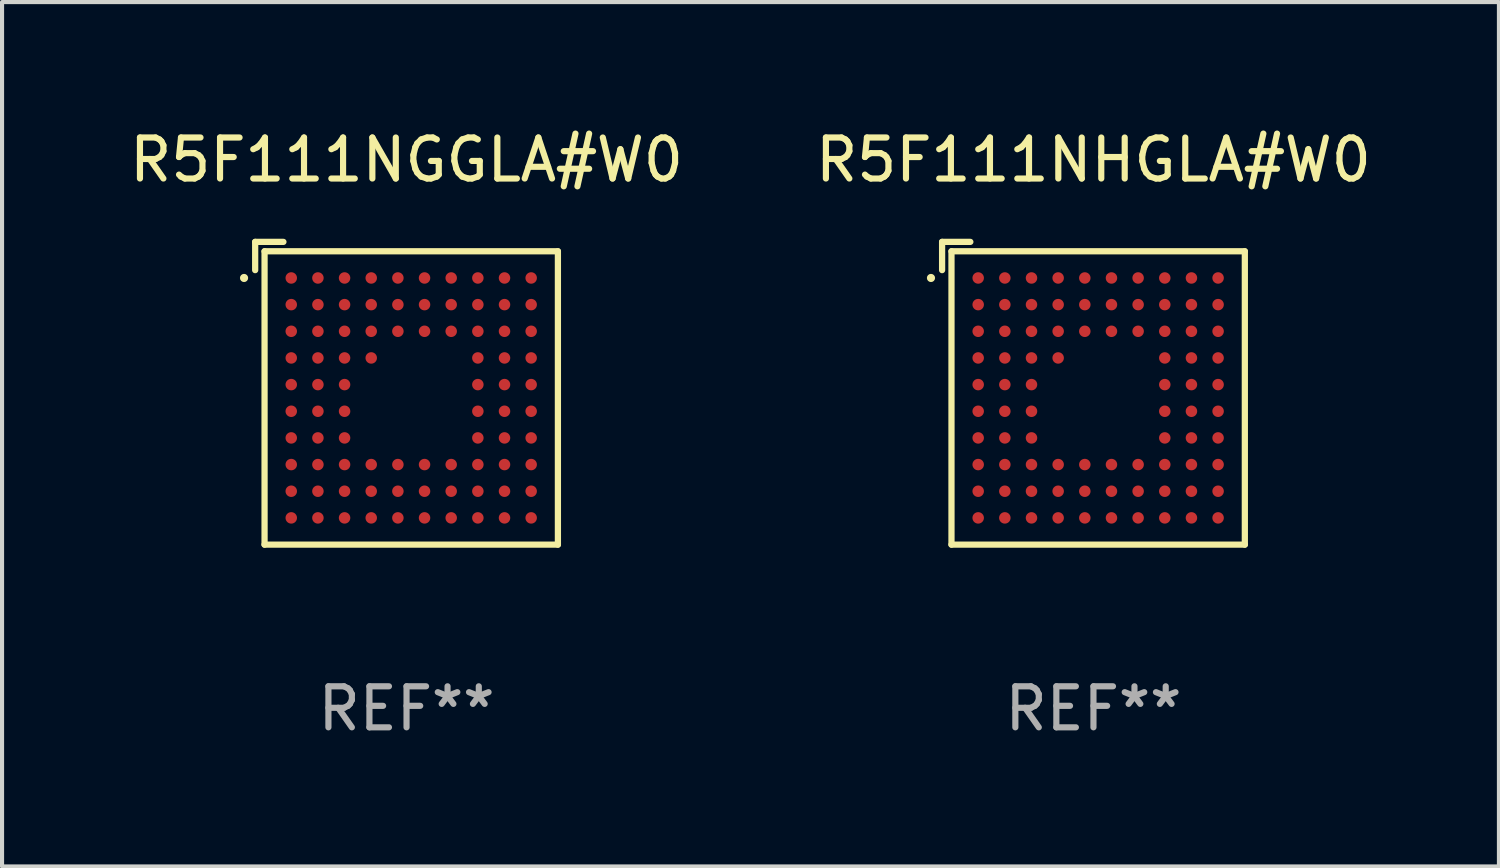
<source format=kicad_pcb>
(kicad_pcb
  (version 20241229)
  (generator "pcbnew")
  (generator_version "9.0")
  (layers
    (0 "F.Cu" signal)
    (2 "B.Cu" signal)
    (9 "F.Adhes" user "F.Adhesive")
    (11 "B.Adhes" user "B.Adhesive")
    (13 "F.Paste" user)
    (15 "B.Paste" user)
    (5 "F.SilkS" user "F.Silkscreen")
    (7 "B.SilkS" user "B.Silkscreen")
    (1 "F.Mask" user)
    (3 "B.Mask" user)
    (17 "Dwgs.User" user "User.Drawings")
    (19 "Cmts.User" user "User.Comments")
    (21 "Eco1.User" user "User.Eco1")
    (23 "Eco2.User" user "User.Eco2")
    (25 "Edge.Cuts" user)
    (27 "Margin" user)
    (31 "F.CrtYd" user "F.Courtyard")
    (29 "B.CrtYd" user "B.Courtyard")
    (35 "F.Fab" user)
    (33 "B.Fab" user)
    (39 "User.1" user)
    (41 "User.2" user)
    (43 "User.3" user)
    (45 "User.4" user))
  (footprint "R5F111NHGLA#W0"
    (layer "F.Cu")
    (at 23.613 6.539)
    (property "Reference" "R5F111NHGLA#W0" (at 0 -5.691 0) (layer "F.SilkS") (effects (font (size 1 1) (thickness 0.15))))
    (attr through_hole)
    (fp_line (start -3.691 -3.691) (end -3.002 -3.691) (stroke (width 0.152) (type solid)) (layer "F.SilkS"))
    (fp_line (start -3.691 -3.002) (end -3.691 -3.691) (stroke (width 0.152) (type solid)) (layer "F.SilkS"))
    (fp_line (start -3.462 -3.462) (end 3.691 -3.462) (stroke (width 0.152) (type solid)) (layer "F.SilkS"))
    (fp_line (start -3.462 3.691) (end -3.462 -3.462) (stroke (width 0.152) (type solid)) (layer "F.SilkS"))
    (fp_line (start 3.691 -3.462) (end 3.691 3.691) (stroke (width 0.152) (type solid)) (layer "F.SilkS"))
    (fp_line (start 3.691 3.691) (end -3.462 3.691) (stroke (width 0.152) (type solid)) (layer "F.SilkS"))
    (fp_circle (center -3.962 -2.811) (end -3.912 -2.811) (stroke (width 0.1) (type solid)) (fill no) (layer "F.SilkS"))
    (fp_text user "REF**" (at 0 7.691 0) (layer "F.Fab") (effects (font (size 1 1) (thickness 0.15))))
    (pad "A1" smd circle (at -2.811 -2.811) (size 0.28 0.28) (layers "F.Cu" "F.Mask" "F.Paste"))
    (pad "A2" smd circle (at -2.161 -2.811) (size 0.28 0.28) (layers "F.Cu" "F.Mask" "F.Paste"))
    (pad "A3" smd circle (at -1.511 -2.811) (size 0.28 0.28) (layers "F.Cu" "F.Mask" "F.Paste"))
    (pad "A4" smd circle (at -0.861 -2.811) (size 0.28 0.28) (layers "F.Cu" "F.Mask" "F.Paste"))
    (pad "A5" smd circle (at -0.211 -2.811) (size 0.28 0.28) (layers "F.Cu" "F.Mask" "F.Paste"))
    (pad "A6" smd circle (at 0.439 -2.811) (size 0.28 0.28) (layers "F.Cu" "F.Mask" "F.Paste"))
    (pad "A7" smd circle (at 1.089 -2.811) (size 0.28 0.28) (layers "F.Cu" "F.Mask" "F.Paste"))
    (pad "A8" smd circle (at 1.739 -2.811) (size 0.28 0.28) (layers "F.Cu" "F.Mask" "F.Paste"))
    (pad "A9" smd circle (at 2.389 -2.811) (size 0.28 0.28) (layers "F.Cu" "F.Mask" "F.Paste"))
    (pad "A10" smd circle (at 3.039 -2.811) (size 0.28 0.28) (layers "F.Cu" "F.Mask" "F.Paste"))
    (pad "B1" smd circle (at -2.811 -2.161) (size 0.28 0.28) (layers "F.Cu" "F.Mask" "F.Paste"))
    (pad "B2" smd circle (at -2.161 -2.161) (size 0.28 0.28) (layers "F.Cu" "F.Mask" "F.Paste"))
    (pad "B3" smd circle (at -1.511 -2.161) (size 0.28 0.28) (layers "F.Cu" "F.Mask" "F.Paste"))
    (pad "B4" smd circle (at -0.861 -2.161) (size 0.28 0.28) (layers "F.Cu" "F.Mask" "F.Paste"))
    (pad "B5" smd circle (at -0.211 -2.161) (size 0.28 0.28) (layers "F.Cu" "F.Mask" "F.Paste"))
    (pad "B6" smd circle (at 0.439 -2.161) (size 0.28 0.28) (layers "F.Cu" "F.Mask" "F.Paste"))
    (pad "B7" smd circle (at 1.089 -2.161) (size 0.28 0.28) (layers "F.Cu" "F.Mask" "F.Paste"))
    (pad "B8" smd circle (at 1.739 -2.161) (size 0.28 0.28) (layers "F.Cu" "F.Mask" "F.Paste"))
    (pad "B9" smd circle (at 2.389 -2.161) (size 0.28 0.28) (layers "F.Cu" "F.Mask" "F.Paste"))
    (pad "B10" smd circle (at 3.039 -2.161) (size 0.28 0.28) (layers "F.Cu" "F.Mask" "F.Paste"))
    (pad "C1" smd circle (at -2.811 -1.511) (size 0.28 0.28) (layers "F.Cu" "F.Mask" "F.Paste"))
    (pad "C2" smd circle (at -2.161 -1.511) (size 0.28 0.28) (layers "F.Cu" "F.Mask" "F.Paste"))
    (pad "C3" smd circle (at -1.511 -1.511) (size 0.28 0.28) (layers "F.Cu" "F.Mask" "F.Paste"))
    (pad "C4" smd circle (at -0.861 -1.511) (size 0.28 0.28) (layers "F.Cu" "F.Mask" "F.Paste"))
    (pad "C5" smd circle (at -0.211 -1.511) (size 0.28 0.28) (layers "F.Cu" "F.Mask" "F.Paste"))
    (pad "C6" smd circle (at 0.439 -1.511) (size 0.28 0.28) (layers "F.Cu" "F.Mask" "F.Paste"))
    (pad "C7" smd circle (at 1.089 -1.511) (size 0.28 0.28) (layers "F.Cu" "F.Mask" "F.Paste"))
    (pad "C8" smd circle (at 1.739 -1.511) (size 0.28 0.28) (layers "F.Cu" "F.Mask" "F.Paste"))
    (pad "C9" smd circle (at 2.389 -1.511) (size 0.28 0.28) (layers "F.Cu" "F.Mask" "F.Paste"))
    (pad "C10" smd circle (at 3.039 -1.511) (size 0.28 0.28) (layers "F.Cu" "F.Mask" "F.Paste"))
    (pad "D1" smd circle (at -2.811 -0.861) (size 0.28 0.28) (layers "F.Cu" "F.Mask" "F.Paste"))
    (pad "D2" smd circle (at -2.161 -0.861) (size 0.28 0.28) (layers "F.Cu" "F.Mask" "F.Paste"))
    (pad "D3" smd circle (at -1.511 -0.861) (size 0.28 0.28) (layers "F.Cu" "F.Mask" "F.Paste"))
    (pad "D4" smd circle (at -0.861 -0.861) (size 0.28 0.28) (layers "F.Cu" "F.Mask" "F.Paste"))
    (pad "D8" smd circle (at 1.739 -0.861) (size 0.28 0.28) (layers "F.Cu" "F.Mask" "F.Paste"))
    (pad "D9" smd circle (at 2.389 -0.861) (size 0.28 0.28) (layers "F.Cu" "F.Mask" "F.Paste"))
    (pad "D10" smd circle (at 3.039 -0.861) (size 0.28 0.28) (layers "F.Cu" "F.Mask" "F.Paste"))
    (pad "E1" smd circle (at -2.811 -0.211) (size 0.28 0.28) (layers "F.Cu" "F.Mask" "F.Paste"))
    (pad "E2" smd circle (at -2.161 -0.211) (size 0.28 0.28) (layers "F.Cu" "F.Mask" "F.Paste"))
    (pad "E3" smd circle (at -1.511 -0.211) (size 0.28 0.28) (layers "F.Cu" "F.Mask" "F.Paste"))
    (pad "E8" smd circle (at 1.739 -0.211) (size 0.28 0.28) (layers "F.Cu" "F.Mask" "F.Paste"))
    (pad "E9" smd circle (at 2.389 -0.211) (size 0.28 0.28) (layers "F.Cu" "F.Mask" "F.Paste"))
    (pad "E10" smd circle (at 3.039 -0.211) (size 0.28 0.28) (layers "F.Cu" "F.Mask" "F.Paste"))
    (pad "F1" smd circle (at -2.811 0.439) (size 0.28 0.28) (layers "F.Cu" "F.Mask" "F.Paste"))
    (pad "F2" smd circle (at -2.161 0.439) (size 0.28 0.28) (layers "F.Cu" "F.Mask" "F.Paste"))
    (pad "F3" smd circle (at -1.511 0.439) (size 0.28 0.28) (layers "F.Cu" "F.Mask" "F.Paste"))
    (pad "F8" smd circle (at 1.739 0.439) (size 0.28 0.28) (layers "F.Cu" "F.Mask" "F.Paste"))
    (pad "F9" smd circle (at 2.389 0.439) (size 0.28 0.28) (layers "F.Cu" "F.Mask" "F.Paste"))
    (pad "F10" smd circle (at 3.039 0.439) (size 0.28 0.28) (layers "F.Cu" "F.Mask" "F.Paste"))
    (pad "G1" smd circle (at -2.811 1.089) (size 0.28 0.28) (layers "F.Cu" "F.Mask" "F.Paste"))
    (pad "G2" smd circle (at -2.161 1.089) (size 0.28 0.28) (layers "F.Cu" "F.Mask" "F.Paste"))
    (pad "G3" smd circle (at -1.511 1.089) (size 0.28 0.28) (layers "F.Cu" "F.Mask" "F.Paste"))
    (pad "G8" smd circle (at 1.739 1.089) (size 0.28 0.28) (layers "F.Cu" "F.Mask" "F.Paste"))
    (pad "G9" smd circle (at 2.389 1.089) (size 0.28 0.28) (layers "F.Cu" "F.Mask" "F.Paste"))
    (pad "G10" smd circle (at 3.039 1.089) (size 0.28 0.28) (layers "F.Cu" "F.Mask" "F.Paste"))
    (pad "H1" smd circle (at -2.811 1.739) (size 0.28 0.28) (layers "F.Cu" "F.Mask" "F.Paste"))
    (pad "H2" smd circle (at -2.161 1.739) (size 0.28 0.28) (layers "F.Cu" "F.Mask" "F.Paste"))
    (pad "H3" smd circle (at -1.511 1.739) (size 0.28 0.28) (layers "F.Cu" "F.Mask" "F.Paste"))
    (pad "H4" smd circle (at -0.861 1.739) (size 0.28 0.28) (layers "F.Cu" "F.Mask" "F.Paste"))
    (pad "H5" smd circle (at -0.211 1.739) (size 0.28 0.28) (layers "F.Cu" "F.Mask" "F.Paste"))
    (pad "H6" smd circle (at 0.439 1.739) (size 0.28 0.28) (layers "F.Cu" "F.Mask" "F.Paste"))
    (pad "H7" smd circle (at 1.089 1.739) (size 0.28 0.28) (layers "F.Cu" "F.Mask" "F.Paste"))
    (pad "H8" smd circle (at 1.739 1.739) (size 0.28 0.28) (layers "F.Cu" "F.Mask" "F.Paste"))
    (pad "H9" smd circle (at 2.389 1.739) (size 0.28 0.28) (layers "F.Cu" "F.Mask" "F.Paste"))
    (pad "H10" smd circle (at 3.039 1.739) (size 0.28 0.28) (layers "F.Cu" "F.Mask" "F.Paste"))
    (pad "J1" smd circle (at -2.811 2.389) (size 0.28 0.28) (layers "F.Cu" "F.Mask" "F.Paste"))
    (pad "J2" smd circle (at -2.161 2.389) (size 0.28 0.28) (layers "F.Cu" "F.Mask" "F.Paste"))
    (pad "J3" smd circle (at -1.511 2.389) (size 0.28 0.28) (layers "F.Cu" "F.Mask" "F.Paste"))
    (pad "J4" smd circle (at -0.861 2.389) (size 0.28 0.28) (layers "F.Cu" "F.Mask" "F.Paste"))
    (pad "J5" smd circle (at -0.211 2.389) (size 0.28 0.28) (layers "F.Cu" "F.Mask" "F.Paste"))
    (pad "J6" smd circle (at 0.439 2.389) (size 0.28 0.28) (layers "F.Cu" "F.Mask" "F.Paste"))
    (pad "J7" smd circle (at 1.089 2.389) (size 0.28 0.28) (layers "F.Cu" "F.Mask" "F.Paste"))
    (pad "J8" smd circle (at 1.739 2.389) (size 0.28 0.28) (layers "F.Cu" "F.Mask" "F.Paste"))
    (pad "J9" smd circle (at 2.389 2.389) (size 0.28 0.28) (layers "F.Cu" "F.Mask" "F.Paste"))
    (pad "J10" smd circle (at 3.039 2.389) (size 0.28 0.28) (layers "F.Cu" "F.Mask" "F.Paste"))
    (pad "K1" smd circle (at -2.811 3.039) (size 0.28 0.28) (layers "F.Cu" "F.Mask" "F.Paste"))
    (pad "K2" smd circle (at -2.161 3.039) (size 0.28 0.28) (layers "F.Cu" "F.Mask" "F.Paste"))
    (pad "K3" smd circle (at -1.511 3.039) (size 0.28 0.28) (layers "F.Cu" "F.Mask" "F.Paste"))
    (pad "K4" smd circle (at -0.861 3.039) (size 0.28 0.28) (layers "F.Cu" "F.Mask" "F.Paste"))
    (pad "K5" smd circle (at -0.211 3.039) (size 0.28 0.28) (layers "F.Cu" "F.Mask" "F.Paste"))
    (pad "K6" smd circle (at 0.439 3.039) (size 0.28 0.28) (layers "F.Cu" "F.Mask" "F.Paste"))
    (pad "K7" smd circle (at 1.089 3.039) (size 0.28 0.28) (layers "F.Cu" "F.Mask" "F.Paste"))
    (pad "K8" smd circle (at 1.739 3.039) (size 0.28 0.28) (layers "F.Cu" "F.Mask" "F.Paste"))
    (pad "K9" smd circle (at 2.389 3.039) (size 0.28 0.28) (layers "F.Cu" "F.Mask" "F.Paste"))
    (pad "K10" smd circle (at 3.039 3.039) (size 0.28 0.28) (layers "F.Cu" "F.Mask" "F.Paste")))
  (footprint "R5F111NGGLA#W0"
    (layer "F.Cu")
    (at 6.863 6.539)
    (property "Reference" "R5F111NGGLA#W0" (at 0 -5.691 0) (layer "F.SilkS") (effects (font (size 1 1) (thickness 0.15))))
    (attr through_hole)
    (fp_line (start -3.691 -3.691) (end -3.002 -3.691) (stroke (width 0.152) (type solid)) (layer "F.SilkS"))
    (fp_line (start -3.691 -3.002) (end -3.691 -3.691) (stroke (width 0.152) (type solid)) (layer "F.SilkS"))
    (fp_line (start -3.462 -3.462) (end 3.691 -3.462) (stroke (width 0.152) (type solid)) (layer "F.SilkS"))
    (fp_line (start -3.462 3.691) (end -3.462 -3.462) (stroke (width 0.152) (type solid)) (layer "F.SilkS"))
    (fp_line (start 3.691 -3.462) (end 3.691 3.691) (stroke (width 0.152) (type solid)) (layer "F.SilkS"))
    (fp_line (start 3.691 3.691) (end -3.462 3.691) (stroke (width 0.152) (type solid)) (layer "F.SilkS"))
    (fp_circle (center -3.962 -2.811) (end -3.912 -2.811) (stroke (width 0.1) (type solid)) (fill no) (layer "F.SilkS"))
    (fp_text user "REF**" (at 0 7.691 0) (layer "F.Fab") (effects (font (size 1 1) (thickness 0.15))))
    (pad "A1" smd circle (at -2.811 -2.811) (size 0.28 0.28) (layers "F.Cu" "F.Mask" "F.Paste"))
    (pad "A2" smd circle (at -2.161 -2.811) (size 0.28 0.28) (layers "F.Cu" "F.Mask" "F.Paste"))
    (pad "A3" smd circle (at -1.511 -2.811) (size 0.28 0.28) (layers "F.Cu" "F.Mask" "F.Paste"))
    (pad "A4" smd circle (at -0.861 -2.811) (size 0.28 0.28) (layers "F.Cu" "F.Mask" "F.Paste"))
    (pad "A5" smd circle (at -0.211 -2.811) (size 0.28 0.28) (layers "F.Cu" "F.Mask" "F.Paste"))
    (pad "A6" smd circle (at 0.439 -2.811) (size 0.28 0.28) (layers "F.Cu" "F.Mask" "F.Paste"))
    (pad "A7" smd circle (at 1.089 -2.811) (size 0.28 0.28) (layers "F.Cu" "F.Mask" "F.Paste"))
    (pad "A8" smd circle (at 1.739 -2.811) (size 0.28 0.28) (layers "F.Cu" "F.Mask" "F.Paste"))
    (pad "A9" smd circle (at 2.389 -2.811) (size 0.28 0.28) (layers "F.Cu" "F.Mask" "F.Paste"))
    (pad "A10" smd circle (at 3.039 -2.811) (size 0.28 0.28) (layers "F.Cu" "F.Mask" "F.Paste"))
    (pad "B1" smd circle (at -2.811 -2.161) (size 0.28 0.28) (layers "F.Cu" "F.Mask" "F.Paste"))
    (pad "B2" smd circle (at -2.161 -2.161) (size 0.28 0.28) (layers "F.Cu" "F.Mask" "F.Paste"))
    (pad "B3" smd circle (at -1.511 -2.161) (size 0.28 0.28) (layers "F.Cu" "F.Mask" "F.Paste"))
    (pad "B4" smd circle (at -0.861 -2.161) (size 0.28 0.28) (layers "F.Cu" "F.Mask" "F.Paste"))
    (pad "B5" smd circle (at -0.211 -2.161) (size 0.28 0.28) (layers "F.Cu" "F.Mask" "F.Paste"))
    (pad "B6" smd circle (at 0.439 -2.161) (size 0.28 0.28) (layers "F.Cu" "F.Mask" "F.Paste"))
    (pad "B7" smd circle (at 1.089 -2.161) (size 0.28 0.28) (layers "F.Cu" "F.Mask" "F.Paste"))
    (pad "B8" smd circle (at 1.739 -2.161) (size 0.28 0.28) (layers "F.Cu" "F.Mask" "F.Paste"))
    (pad "B9" smd circle (at 2.389 -2.161) (size 0.28 0.28) (layers "F.Cu" "F.Mask" "F.Paste"))
    (pad "B10" smd circle (at 3.039 -2.161) (size 0.28 0.28) (layers "F.Cu" "F.Mask" "F.Paste"))
    (pad "C1" smd circle (at -2.811 -1.511) (size 0.28 0.28) (layers "F.Cu" "F.Mask" "F.Paste"))
    (pad "C2" smd circle (at -2.161 -1.511) (size 0.28 0.28) (layers "F.Cu" "F.Mask" "F.Paste"))
    (pad "C3" smd circle (at -1.511 -1.511) (size 0.28 0.28) (layers "F.Cu" "F.Mask" "F.Paste"))
    (pad "C4" smd circle (at -0.861 -1.511) (size 0.28 0.28) (layers "F.Cu" "F.Mask" "F.Paste"))
    (pad "C5" smd circle (at -0.211 -1.511) (size 0.28 0.28) (layers "F.Cu" "F.Mask" "F.Paste"))
    (pad "C6" smd circle (at 0.439 -1.511) (size 0.28 0.28) (layers "F.Cu" "F.Mask" "F.Paste"))
    (pad "C7" smd circle (at 1.089 -1.511) (size 0.28 0.28) (layers "F.Cu" "F.Mask" "F.Paste"))
    (pad "C8" smd circle (at 1.739 -1.511) (size 0.28 0.28) (layers "F.Cu" "F.Mask" "F.Paste"))
    (pad "C9" smd circle (at 2.389 -1.511) (size 0.28 0.28) (layers "F.Cu" "F.Mask" "F.Paste"))
    (pad "C10" smd circle (at 3.039 -1.511) (size 0.28 0.28) (layers "F.Cu" "F.Mask" "F.Paste"))
    (pad "D1" smd circle (at -2.811 -0.861) (size 0.28 0.28) (layers "F.Cu" "F.Mask" "F.Paste"))
    (pad "D2" smd circle (at -2.161 -0.861) (size 0.28 0.28) (layers "F.Cu" "F.Mask" "F.Paste"))
    (pad "D3" smd circle (at -1.511 -0.861) (size 0.28 0.28) (layers "F.Cu" "F.Mask" "F.Paste"))
    (pad "D4" smd circle (at -0.861 -0.861) (size 0.28 0.28) (layers "F.Cu" "F.Mask" "F.Paste"))
    (pad "D8" smd circle (at 1.739 -0.861) (size 0.28 0.28) (layers "F.Cu" "F.Mask" "F.Paste"))
    (pad "D9" smd circle (at 2.389 -0.861) (size 0.28 0.28) (layers "F.Cu" "F.Mask" "F.Paste"))
    (pad "D10" smd circle (at 3.039 -0.861) (size 0.28 0.28) (layers "F.Cu" "F.Mask" "F.Paste"))
    (pad "E1" smd circle (at -2.811 -0.211) (size 0.28 0.28) (layers "F.Cu" "F.Mask" "F.Paste"))
    (pad "E2" smd circle (at -2.161 -0.211) (size 0.28 0.28) (layers "F.Cu" "F.Mask" "F.Paste"))
    (pad "E3" smd circle (at -1.511 -0.211) (size 0.28 0.28) (layers "F.Cu" "F.Mask" "F.Paste"))
    (pad "E8" smd circle (at 1.739 -0.211) (size 0.28 0.28) (layers "F.Cu" "F.Mask" "F.Paste"))
    (pad "E9" smd circle (at 2.389 -0.211) (size 0.28 0.28) (layers "F.Cu" "F.Mask" "F.Paste"))
    (pad "E10" smd circle (at 3.039 -0.211) (size 0.28 0.28) (layers "F.Cu" "F.Mask" "F.Paste"))
    (pad "F1" smd circle (at -2.811 0.439) (size 0.28 0.28) (layers "F.Cu" "F.Mask" "F.Paste"))
    (pad "F2" smd circle (at -2.161 0.439) (size 0.28 0.28) (layers "F.Cu" "F.Mask" "F.Paste"))
    (pad "F3" smd circle (at -1.511 0.439) (size 0.28 0.28) (layers "F.Cu" "F.Mask" "F.Paste"))
    (pad "F8" smd circle (at 1.739 0.439) (size 0.28 0.28) (layers "F.Cu" "F.Mask" "F.Paste"))
    (pad "F9" smd circle (at 2.389 0.439) (size 0.28 0.28) (layers "F.Cu" "F.Mask" "F.Paste"))
    (pad "F10" smd circle (at 3.039 0.439) (size 0.28 0.28) (layers "F.Cu" "F.Mask" "F.Paste"))
    (pad "G1" smd circle (at -2.811 1.089) (size 0.28 0.28) (layers "F.Cu" "F.Mask" "F.Paste"))
    (pad "G2" smd circle (at -2.161 1.089) (size 0.28 0.28) (layers "F.Cu" "F.Mask" "F.Paste"))
    (pad "G3" smd circle (at -1.511 1.089) (size 0.28 0.28) (layers "F.Cu" "F.Mask" "F.Paste"))
    (pad "G8" smd circle (at 1.739 1.089) (size 0.28 0.28) (layers "F.Cu" "F.Mask" "F.Paste"))
    (pad "G9" smd circle (at 2.389 1.089) (size 0.28 0.28) (layers "F.Cu" "F.Mask" "F.Paste"))
    (pad "G10" smd circle (at 3.039 1.089) (size 0.28 0.28) (layers "F.Cu" "F.Mask" "F.Paste"))
    (pad "H1" smd circle (at -2.811 1.739) (size 0.28 0.28) (layers "F.Cu" "F.Mask" "F.Paste"))
    (pad "H2" smd circle (at -2.161 1.739) (size 0.28 0.28) (layers "F.Cu" "F.Mask" "F.Paste"))
    (pad "H3" smd circle (at -1.511 1.739) (size 0.28 0.28) (layers "F.Cu" "F.Mask" "F.Paste"))
    (pad "H4" smd circle (at -0.861 1.739) (size 0.28 0.28) (layers "F.Cu" "F.Mask" "F.Paste"))
    (pad "H5" smd circle (at -0.211 1.739) (size 0.28 0.28) (layers "F.Cu" "F.Mask" "F.Paste"))
    (pad "H6" smd circle (at 0.439 1.739) (size 0.28 0.28) (layers "F.Cu" "F.Mask" "F.Paste"))
    (pad "H7" smd circle (at 1.089 1.739) (size 0.28 0.28) (layers "F.Cu" "F.Mask" "F.Paste"))
    (pad "H8" smd circle (at 1.739 1.739) (size 0.28 0.28) (layers "F.Cu" "F.Mask" "F.Paste"))
    (pad "H9" smd circle (at 2.389 1.739) (size 0.28 0.28) (layers "F.Cu" "F.Mask" "F.Paste"))
    (pad "H10" smd circle (at 3.039 1.739) (size 0.28 0.28) (layers "F.Cu" "F.Mask" "F.Paste"))
    (pad "J1" smd circle (at -2.811 2.389) (size 0.28 0.28) (layers "F.Cu" "F.Mask" "F.Paste"))
    (pad "J2" smd circle (at -2.161 2.389) (size 0.28 0.28) (layers "F.Cu" "F.Mask" "F.Paste"))
    (pad "J3" smd circle (at -1.511 2.389) (size 0.28 0.28) (layers "F.Cu" "F.Mask" "F.Paste"))
    (pad "J4" smd circle (at -0.861 2.389) (size 0.28 0.28) (layers "F.Cu" "F.Mask" "F.Paste"))
    (pad "J5" smd circle (at -0.211 2.389) (size 0.28 0.28) (layers "F.Cu" "F.Mask" "F.Paste"))
    (pad "J6" smd circle (at 0.439 2.389) (size 0.28 0.28) (layers "F.Cu" "F.Mask" "F.Paste"))
    (pad "J7" smd circle (at 1.089 2.389) (size 0.28 0.28) (layers "F.Cu" "F.Mask" "F.Paste"))
    (pad "J8" smd circle (at 1.739 2.389) (size 0.28 0.28) (layers "F.Cu" "F.Mask" "F.Paste"))
    (pad "J9" smd circle (at 2.389 2.389) (size 0.28 0.28) (layers "F.Cu" "F.Mask" "F.Paste"))
    (pad "J10" smd circle (at 3.039 2.389) (size 0.28 0.28) (layers "F.Cu" "F.Mask" "F.Paste"))
    (pad "K1" smd circle (at -2.811 3.039) (size 0.28 0.28) (layers "F.Cu" "F.Mask" "F.Paste"))
    (pad "K2" smd circle (at -2.161 3.039) (size 0.28 0.28) (layers "F.Cu" "F.Mask" "F.Paste"))
    (pad "K3" smd circle (at -1.511 3.039) (size 0.28 0.28) (layers "F.Cu" "F.Mask" "F.Paste"))
    (pad "K4" smd circle (at -0.861 3.039) (size 0.28 0.28) (layers "F.Cu" "F.Mask" "F.Paste"))
    (pad "K5" smd circle (at -0.211 3.039) (size 0.28 0.28) (layers "F.Cu" "F.Mask" "F.Paste"))
    (pad "K6" smd circle (at 0.439 3.039) (size 0.28 0.28) (layers "F.Cu" "F.Mask" "F.Paste"))
    (pad "K7" smd circle (at 1.089 3.039) (size 0.28 0.28) (layers "F.Cu" "F.Mask" "F.Paste"))
    (pad "K8" smd circle (at 1.739 3.039) (size 0.28 0.28) (layers "F.Cu" "F.Mask" "F.Paste"))
    (pad "K9" smd circle (at 2.389 3.039) (size 0.28 0.28) (layers "F.Cu" "F.Mask" "F.Paste"))
    (pad "K10" smd circle (at 3.039 3.039) (size 0.28 0.28) (layers "F.Cu" "F.Mask" "F.Paste")))
  (gr_rect
    (start -3 -3)
    (end 33.5 18.078)
    (stroke (width 0.1) (type default))
    (fill no)
    (layer "Edge.Cuts")))
</source>
